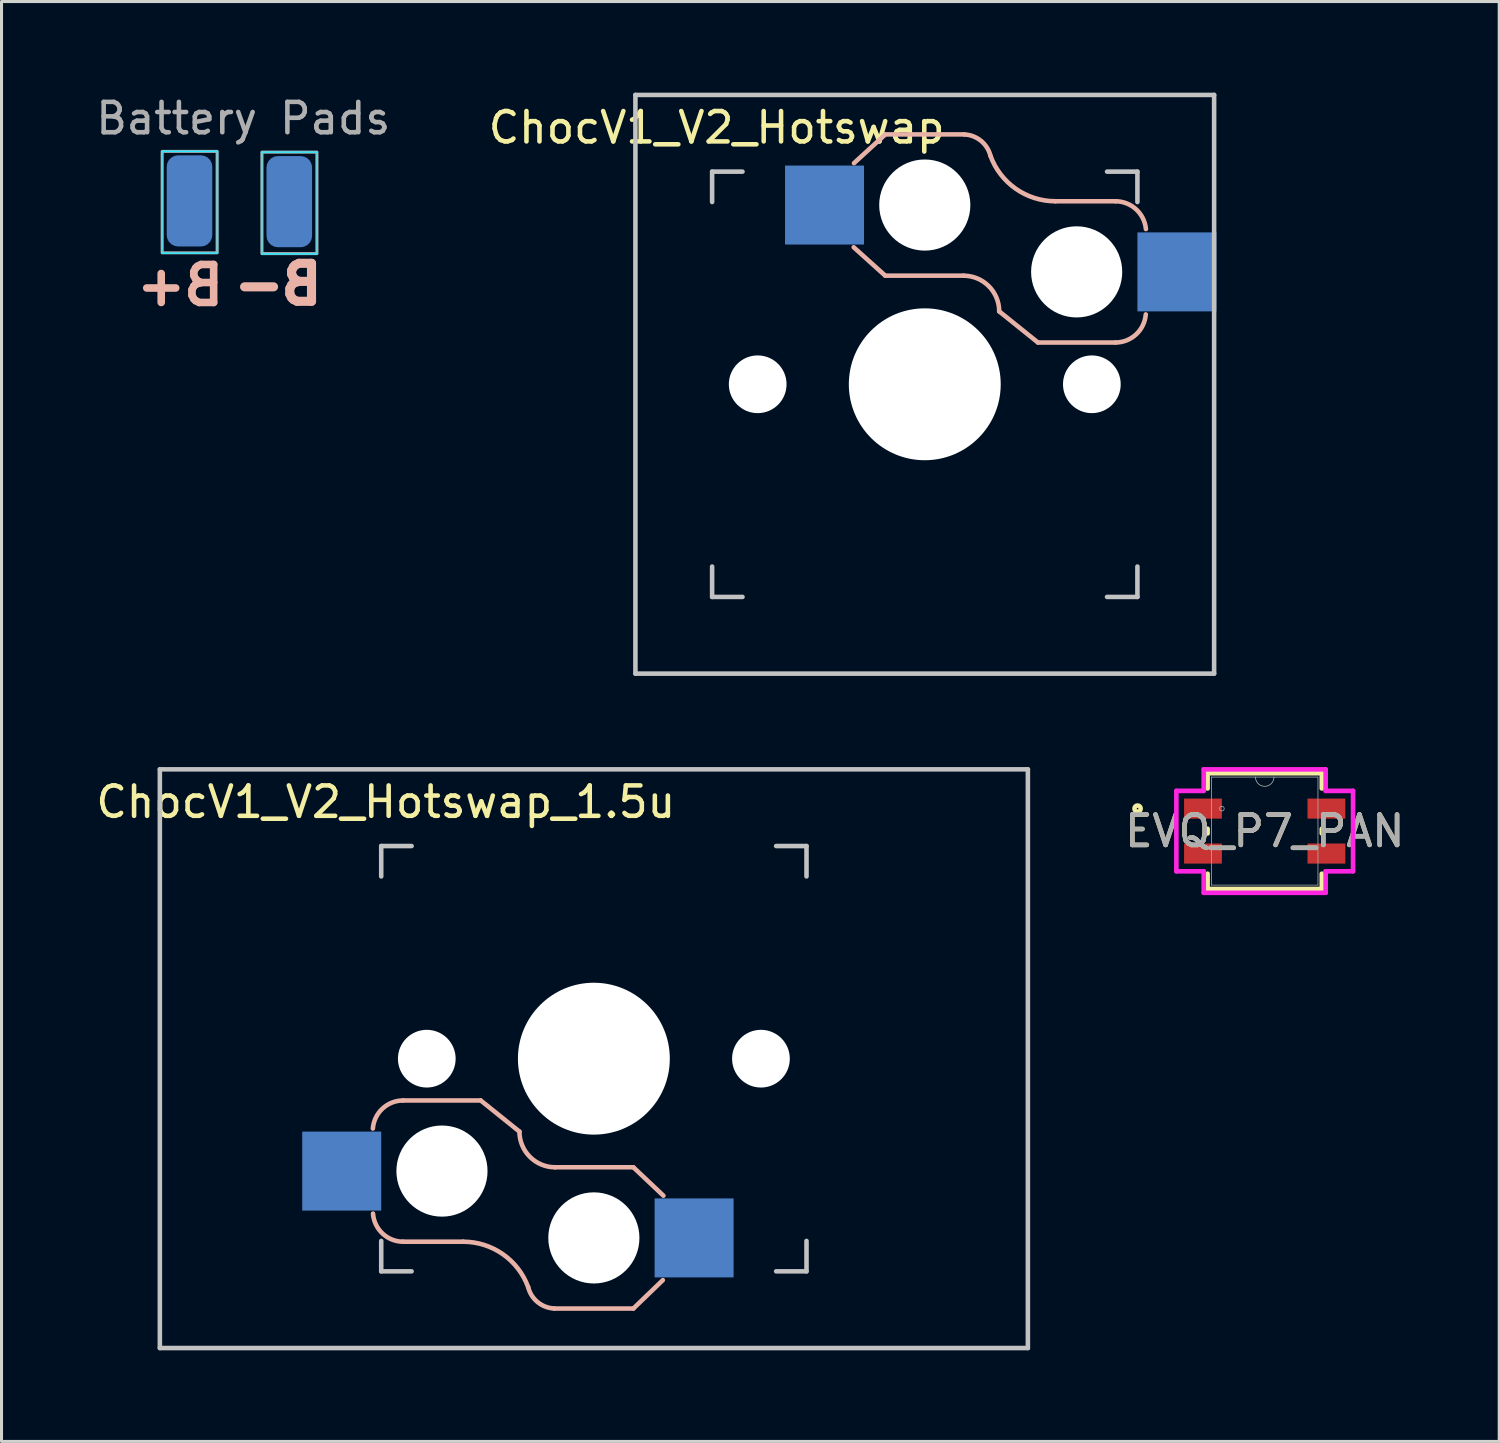
<source format=kicad_pcb>
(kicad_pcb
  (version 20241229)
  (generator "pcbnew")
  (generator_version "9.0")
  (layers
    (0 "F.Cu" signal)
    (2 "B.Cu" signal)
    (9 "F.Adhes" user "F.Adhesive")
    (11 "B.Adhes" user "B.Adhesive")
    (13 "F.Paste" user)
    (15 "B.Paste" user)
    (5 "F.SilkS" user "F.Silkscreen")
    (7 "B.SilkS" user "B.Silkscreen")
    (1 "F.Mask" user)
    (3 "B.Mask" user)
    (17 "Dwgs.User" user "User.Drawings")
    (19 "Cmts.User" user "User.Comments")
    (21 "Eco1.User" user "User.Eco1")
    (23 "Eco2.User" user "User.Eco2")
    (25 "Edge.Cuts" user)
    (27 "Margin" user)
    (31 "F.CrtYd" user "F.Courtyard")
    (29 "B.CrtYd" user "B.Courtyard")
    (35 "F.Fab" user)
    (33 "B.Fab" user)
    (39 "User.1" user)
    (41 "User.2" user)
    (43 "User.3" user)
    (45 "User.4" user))
  (footprint "ChocV1_V2_Hotswap_1.5u"
    (layer "F.Cu")
    (at 16.499 31.8)
    (property "Reference" "ChocV1_V2_Hotswap_1.5u" (at -6.85 -8.45 0) (layer "F.SilkS") (effects (font (size 1 1) (thickness 0.15))))
    (attr smd)
    (fp_line (start -4.3 6.025) (end -6.275 6.025) (stroke (width 0.15) (type solid)) (layer "B.SilkS"))
    (fp_line (start -3.725 1.375) (end -6.275 1.375) (stroke (width 0.15) (type solid)) (layer "B.SilkS"))
    (fp_line (start -3.725 1.375) (end -2.45 2.4) (stroke (width 0.15) (type solid)) (layer "B.SilkS"))
    (fp_line (start 1.3 3.575) (end -1.275 3.575) (stroke (width 0.15) (type solid)) (layer "B.SilkS"))
    (fp_line (start 1.3 3.575) (end 2.29 4.51) (stroke (width 0.15) (type solid)) (layer "B.SilkS"))
    (fp_line (start 1.3 8.225) (end -1.3 8.225) (stroke (width 0.15) (type solid)) (layer "B.SilkS"))
    (fp_line (start 1.3 8.225) (end 2.27 7.29) (stroke (width 0.15) (type solid)) (layer "B.SilkS"))
    (fp_arc (start -7.275 2.3) (mid -6.956107 1.641709) (end -6.275 1.375) (stroke (width 0.15) (type solid)) (layer "B.SilkS"))
    (fp_arc (start -6.275 6.025) (mid -6.954273 5.758029) (end -7.27 5.1) (stroke (width 0.15) (type solid)) (layer "B.SilkS"))
    (fp_arc (start -4.3 6.025) (mid -2.995114 6.436429) (end -2.162199 7.521904) (stroke (width 0.15) (type solid)) (layer "B.SilkS"))
    (fp_arc (start -1.300995 8.223791) (mid -1.848284 8.01602) (end -2.162199 7.521904) (stroke (width 0.15) (type solid)) (layer "B.SilkS"))
    (fp_arc (start -1.275 3.575) (mid -2.10585 3.23085) (end -2.45 2.4) (stroke (width 0.15) (type solid)) (layer "B.SilkS"))
    (fp_line (start -14.287 -9.525) (end 14.287 -9.525) (stroke (width 0.15) (type solid)) (layer "Dwgs.User"))
    (fp_line (start -14.287 9.525) (end -14.287 -9.525) (stroke (width 0.15) (type solid)) (layer "Dwgs.User"))
    (fp_line (start -7 -7) (end -6 -7) (stroke (width 0.15) (type solid)) (layer "Dwgs.User"))
    (fp_line (start -7 -6) (end -7 -7) (stroke (width 0.15) (type solid)) (layer "Dwgs.User"))
    (fp_line (start -7 7) (end -7 6) (stroke (width 0.15) (type solid)) (layer "Dwgs.User"))
    (fp_line (start -6 7) (end -7 7) (stroke (width 0.15) (type solid)) (layer "Dwgs.User"))
    (fp_line (start 6 7) (end 7 7) (stroke (width 0.15) (type solid)) (layer "Dwgs.User"))
    (fp_line (start 7 -7) (end 6 -7) (stroke (width 0.15) (type solid)) (layer "Dwgs.User"))
    (fp_line (start 7 -6) (end 7 -7) (stroke (width 0.15) (type solid)) (layer "Dwgs.User"))
    (fp_line (start 7 7) (end 7 6) (stroke (width 0.15) (type solid)) (layer "Dwgs.User"))
    (fp_line (start 14.287 -9.525) (end 14.287 9.525) (stroke (width 0.15) (type solid)) (layer "Dwgs.User"))
    (fp_line (start 14.287 9.525) (end -14.287 9.525) (stroke (width 0.15) (type solid)) (layer "Dwgs.User"))
    (pad "" np_thru_hole circle (at -5.5 0 90) (size 1.9 1.9) (drill 1.9) (layers "*.Cu" "*.Mask"))
    (pad "" np_thru_hole circle (at -5 3.7 90) (size 3 3) (drill 3) (layers "*.Cu" "*.Mask"))
    (pad "" np_thru_hole circle (at 0 0 90) (size 5 5) (drill 5) (layers "*.Cu" "*.Mask"))
    (pad "" np_thru_hole circle (at 0 5.9 90) (size 3 3) (drill 3) (layers "*.Cu" "*.Mask"))
    (pad "" np_thru_hole circle (at 5.5 0 90) (size 1.9 1.9) (drill 1.9) (layers "*.Cu" "*.Mask"))
    (pad "1" smd rect (at 3.3 5.9 180) (size 2.6 2.6) (layers "B.Cu" "B.Mask" "B.Paste"))
    (pad "2" smd rect (at -8.3 3.7 180) (size 2.6 2.6) (layers "B.Cu" "B.Mask" "B.Paste")))
  (footprint "EVQ_P7_PAN"
    (layer "F.Cu")
    (at 38.582 24.308)
    (property "Reference" "EVQ_P7_PAN" (at 0 0 0) (unlocked yes) (layer "F.SilkS") (effects (font (size 1 1) (thickness 0.15))))
    (attr smd)
    (fp_line (start -1.88 -1.905) (end -1.88 -1.403) (stroke (width 0.152) (type solid)) (layer "F.SilkS"))
    (fp_line (start -1.88 -0.077) (end -1.88 0.077) (stroke (width 0.152) (type solid)) (layer "F.SilkS"))
    (fp_line (start -1.88 1.403) (end -1.88 1.905) (stroke (width 0.152) (type solid)) (layer "F.SilkS"))
    (fp_line (start -1.88 1.905) (end 1.88 1.905) (stroke (width 0.152) (type solid)) (layer "F.SilkS"))
    (fp_line (start 1.88 -1.905) (end -1.88 -1.905) (stroke (width 0.152) (type solid)) (layer "F.SilkS"))
    (fp_line (start 1.88 -1.403) (end 1.88 -1.905) (stroke (width 0.152) (type solid)) (layer "F.SilkS"))
    (fp_line (start 1.88 0.077) (end 1.88 -0.077) (stroke (width 0.152) (type solid)) (layer "F.SilkS"))
    (fp_line (start 1.88 1.905) (end 1.88 1.403) (stroke (width 0.152) (type solid)) (layer "F.SilkS"))
    (fp_circle (center -4.185 -0.74) (end -4.083 -0.74) (stroke (width 0.152) (type solid)) (fill no) (layer "F.SilkS"))
    (fp_line (start -2.908 -1.324) (end -2.007 -1.324) (stroke (width 0.152) (type solid)) (layer "F.CrtYd"))
    (fp_line (start -2.908 1.324) (end -2.908 -1.324) (stroke (width 0.152) (type solid)) (layer "F.CrtYd"))
    (fp_line (start -2.908 1.324) (end -2.007 1.324) (stroke (width 0.152) (type solid)) (layer "F.CrtYd"))
    (fp_line (start -2.007 -2.032) (end 2.007 -2.032) (stroke (width 0.152) (type solid)) (layer "F.CrtYd"))
    (fp_line (start -2.007 -1.324) (end -2.007 -2.032) (stroke (width 0.152) (type solid)) (layer "F.CrtYd"))
    (fp_line (start -2.007 2.032) (end -2.007 1.324) (stroke (width 0.152) (type solid)) (layer "F.CrtYd"))
    (fp_line (start 2.007 -2.032) (end 2.007 -1.324) (stroke (width 0.152) (type solid)) (layer "F.CrtYd"))
    (fp_line (start 2.007 1.324) (end 2.007 2.032) (stroke (width 0.152) (type solid)) (layer "F.CrtYd"))
    (fp_line (start 2.007 2.032) (end -2.007 2.032) (stroke (width 0.152) (type solid)) (layer "F.CrtYd"))
    (fp_line (start 2.908 -1.324) (end 2.007 -1.324) (stroke (width 0.152) (type solid)) (layer "F.CrtYd"))
    (fp_line (start 2.908 -1.324) (end 2.908 1.324) (stroke (width 0.152) (type solid)) (layer "F.CrtYd"))
    (fp_line (start 2.908 1.324) (end 2.007 1.324) (stroke (width 0.152) (type solid)) (layer "F.CrtYd"))
    (fp_line (start -1.753 -1.778) (end -1.753 1.778) (stroke (width 0.025) (type solid)) (layer "F.Fab"))
    (fp_line (start -1.753 1.778) (end 1.753 1.778) (stroke (width 0.025) (type solid)) (layer "F.Fab"))
    (fp_line (start 1.753 -1.778) (end -1.753 -1.778) (stroke (width 0.025) (type solid)) (layer "F.Fab"))
    (fp_line (start 1.753 1.778) (end 1.753 -1.778) (stroke (width 0.025) (type solid)) (layer "F.Fab"))
    (fp_arc (start 0.3048 -1.778) (mid 0 -1.4732) (end -0.3048 -1.778) (stroke (width 0.0254) (type solid)) (layer "F.Fab"))
    (fp_circle (center -1.41 -0.74) (end -1.333 -0.74) (stroke (width 0.025) (type solid)) (fill no) (layer "F.Fab"))
    (fp_text user "${REFERENCE}" (at 0 0 0) (unlocked yes) (layer "F.Fab") (effects (font (size 1 1) (thickness 0.15))))
    (pad "1" smd rect (at -2.032 -0.74) (size 1.245 0.66) (layers "F.Cu" "F.Mask" "F.Paste"))
    (pad "1*" smd rect (at 2.032 -0.74) (size 1.245 0.66) (layers "F.Cu" "F.Mask" "F.Paste"))
    (pad "2" smd rect (at -2.032 0.74) (size 1.245 0.66) (layers "F.Cu" "F.Mask" "F.Paste"))
    (pad "2*" smd rect (at 2.032 0.74) (size 1.245 0.66) (layers "F.Cu" "F.Mask" "F.Paste")))
  (footprint "Battery Pads"
    (layer "F.Cu")
    (at 4.818 3.548)
    (property "Reference" "Battery Pads" (at 0.14 -2.7 0) (unlocked yes) (layer "F.Fab") (effects (font (size 1 1) (thickness 0.15))))
    (attr smd exclude_from_bom)
    (fp_rect (start -2.54 -1.615) (end -0.71 1.735) (stroke (width 0.05) (type solid)) (fill no) (layer "B.CrtYd"))
    (fp_rect (start 0.745 -1.59) (end 2.575 1.76) (stroke (width 0.05) (type solid)) (fill no) (layer "B.CrtYd"))
    (fp_rect (start -2.53 -1.615) (end -0.72 1.725) (stroke (width 0.1) (type solid)) (fill no) (layer "F.Fab"))
    (fp_rect (start 0.755 -1.59) (end 2.565 1.75) (stroke (width 0.1) (type solid)) (fill no) (layer "F.Fab"))
    (fp_text user "B+" (at -1.936 2.793 0) (unlocked yes) (layer "B.SilkS") (effects (font (size 1.25 1.25) (thickness 0.25) (bold yes)) (justify mirror)))
    (fp_text user "B-" (at 1.285 2.757 0) (unlocked yes) (layer "B.SilkS") (effects (font (size 1.25 1.25) (thickness 0.3) (bold yes)) (justify mirror)))
    (pad "1" smd roundrect (at -1.63 0.015) (size 1.5 3) (layers "B.Cu" "B.Mask" "B.Paste") (roundrect_rratio 0.25))
    (pad "2" smd roundrect (at 1.655 0.04) (size 1.5 3) (layers "B.Cu" "B.Mask" "B.Paste") (roundrect_rratio 0.25)))
  (footprint "ChocV1_V2_Hotswap"
    (layer "F.Cu")
    (at 27.392 9.6)
    (property "Reference" "ChocV1_V2_Hotswap" (at -6.85 -8.45 0) (layer "F.SilkS") (effects (font (size 1 1) (thickness 0.15))))
    (attr smd)
    (fp_line (start -1.3 -8.225) (end -2.33 -7.28) (stroke (width 0.15) (type solid)) (layer "B.SilkS"))
    (fp_line (start -1.3 -8.225) (end 1.3 -8.225) (stroke (width 0.15) (type solid)) (layer "B.SilkS"))
    (fp_line (start -1.3 -3.575) (end -2.34 -4.51) (stroke (width 0.15) (type solid)) (layer "B.SilkS"))
    (fp_line (start -1.3 -3.575) (end 1.275 -3.575) (stroke (width 0.15) (type solid)) (layer "B.SilkS"))
    (fp_line (start 3.725 -1.375) (end 2.45 -2.4) (stroke (width 0.15) (type solid)) (layer "B.SilkS"))
    (fp_line (start 3.725 -1.375) (end 6.275 -1.375) (stroke (width 0.15) (type solid)) (layer "B.SilkS"))
    (fp_line (start 4.3 -6.025) (end 6.275 -6.025) (stroke (width 0.15) (type solid)) (layer "B.SilkS"))
    (fp_arc (start 1.275 -3.575) (mid 2.10585 -3.23085) (end 2.45 -2.4) (stroke (width 0.15) (type solid)) (layer "B.SilkS"))
    (fp_arc (start 1.300995 -8.223791) (mid 1.848286 -8.016021) (end 2.162199 -7.521904) (stroke (width 0.15) (type solid)) (layer "B.SilkS"))
    (fp_arc (start 4.3 -6.025) (mid 2.995114 -6.436429) (end 2.162199 -7.521904) (stroke (width 0.15) (type solid)) (layer "B.SilkS"))
    (fp_arc (start 6.275 -6.025) (mid 6.954318 -5.76171) (end 7.28 -5.11) (stroke (width 0.15) (type solid)) (layer "B.SilkS"))
    (fp_arc (start 7.275 -2.3) (mid 6.956107 -1.641709) (end 6.275 -1.375) (stroke (width 0.15) (type solid)) (layer "B.SilkS"))
    (fp_line (start -9.525 -9.525) (end 9.525 -9.525) (stroke (width 0.15) (type solid)) (layer "Dwgs.User"))
    (fp_line (start -9.525 9.525) (end -9.525 -9.525) (stroke (width 0.15) (type solid)) (layer "Dwgs.User"))
    (fp_line (start -7 -7) (end -7 -6) (stroke (width 0.15) (type solid)) (layer "Dwgs.User"))
    (fp_line (start -7 6) (end -7 7) (stroke (width 0.15) (type solid)) (layer "Dwgs.User"))
    (fp_line (start -7 7) (end -6 7) (stroke (width 0.15) (type solid)) (layer "Dwgs.User"))
    (fp_line (start -6 -7) (end -7 -7) (stroke (width 0.15) (type solid)) (layer "Dwgs.User"))
    (fp_line (start 6 -7) (end 7 -7) (stroke (width 0.15) (type solid)) (layer "Dwgs.User"))
    (fp_line (start 7 -7) (end 7 -6) (stroke (width 0.15) (type solid)) (layer "Dwgs.User"))
    (fp_line (start 7 6) (end 7 7) (stroke (width 0.15) (type solid)) (layer "Dwgs.User"))
    (fp_line (start 7 7) (end 6 7) (stroke (width 0.15) (type solid)) (layer "Dwgs.User"))
    (fp_line (start 9.525 -9.525) (end 9.525 9.525) (stroke (width 0.15) (type solid)) (layer "Dwgs.User"))
    (fp_line (start 9.525 9.525) (end -9.525 9.525) (stroke (width 0.15) (type solid)) (layer "Dwgs.User"))
    (pad "" np_thru_hole circle (at -5.5 0 270) (size 1.9 1.9) (drill 1.9) (layers "*.Cu" "*.Mask"))
    (pad "" np_thru_hole circle (at 0 -5.9 270) (size 3 3) (drill 3) (layers "*.Cu" "*.Mask"))
    (pad "" np_thru_hole circle (at 0 0 270) (size 5 5) (drill 5) (layers "*.Cu" "*.Mask"))
    (pad "" np_thru_hole circle (at 5 -3.7 270) (size 3 3) (drill 3) (layers "*.Cu" "*.Mask"))
    (pad "" np_thru_hole circle (at 5.5 0 270) (size 1.9 1.9) (drill 1.9) (layers "*.Cu" "*.Mask"))
    (pad "1" smd rect (at -3.3 -5.9) (size 2.6 2.6) (layers "B.Cu" "B.Mask" "B.Paste"))
    (pad "2" smd rect (at 8.3 -3.7) (size 2.6 2.6) (layers "B.Cu" "B.Mask" "B.Paste")))
  (gr_rect
    (start -3 -3)
    (end 46.302 44.4)
    (stroke (width 0.1) (type default))
    (fill no)
    (layer "Edge.Cuts")))
</source>
